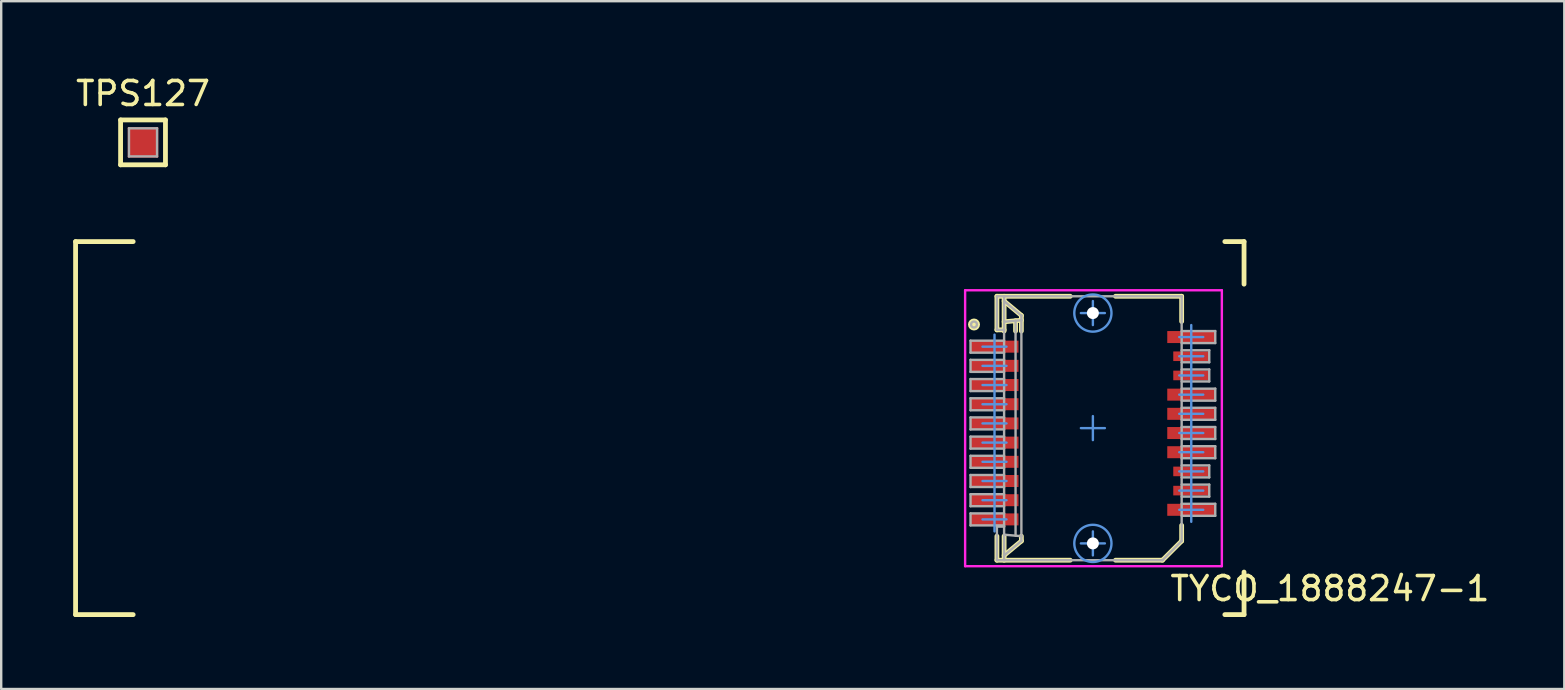
<source format=kicad_pcb>
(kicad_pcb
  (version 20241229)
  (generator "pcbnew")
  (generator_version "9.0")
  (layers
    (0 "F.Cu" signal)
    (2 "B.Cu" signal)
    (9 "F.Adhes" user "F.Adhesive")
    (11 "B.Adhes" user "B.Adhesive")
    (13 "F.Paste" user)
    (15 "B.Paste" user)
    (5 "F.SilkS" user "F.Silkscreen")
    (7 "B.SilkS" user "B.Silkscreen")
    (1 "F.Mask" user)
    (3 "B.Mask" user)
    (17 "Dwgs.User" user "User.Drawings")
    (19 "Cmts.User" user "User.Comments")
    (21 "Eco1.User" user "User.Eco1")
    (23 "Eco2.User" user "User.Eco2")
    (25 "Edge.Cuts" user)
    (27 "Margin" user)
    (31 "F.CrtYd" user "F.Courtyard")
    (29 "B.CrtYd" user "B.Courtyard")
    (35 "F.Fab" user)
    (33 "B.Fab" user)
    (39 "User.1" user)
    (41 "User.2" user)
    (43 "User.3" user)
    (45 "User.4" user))
  (footprint "TPS127"
    (layer "F.Cu")
    (at 2.911 2.884)
    (property "Reference" "TPS127" (at 0 -2.036 0) (layer "F.SilkS") (effects (font (size 1 1) (thickness 0.15))))
    (attr smd)
    (fp_line (start -0.935 -0.935) (end 0.935 -0.935) (stroke (width 0.2) (type solid)) (layer "F.SilkS"))
    (fp_line (start -0.935 0.935) (end -0.935 -0.935) (stroke (width 0.2) (type solid)) (layer "F.SilkS"))
    (fp_line (start -0.935 0.935) (end 0.935 0.935) (stroke (width 0.2) (type solid)) (layer "F.SilkS"))
    (fp_line (start 0.935 0.935) (end 0.935 -0.935) (stroke (width 0.2) (type solid)) (layer "F.SilkS"))
    (fp_line (start -0.585 -0.585) (end 0.585 -0.585) (stroke (width 0.1) (type solid)) (layer "F.Fab"))
    (fp_line (start -0.585 0.585) (end -0.585 -0.585) (stroke (width 0.1) (type solid)) (layer "F.Fab"))
    (fp_line (start -0.585 0.585) (end 0.585 0.585) (stroke (width 0.1) (type solid)) (layer "F.Fab"))
    (fp_line (start 0.585 0.585) (end 0.585 -0.585) (stroke (width 0.1) (type solid)) (layer "F.Fab"))
    (pad "1" smd rect (at 0 0) (size 1.27 1.27) (layers "F.Cu" "F.Mask" "F.Paste")))
  (footprint "TYCO_1888247-1"
    (layer "F.Cu")
    (at 42.5 14.793)
    (property "Reference" "TYCO_1888247-1" (at 9.88 6.69 0) (layer "F.SilkS") (effects (font (size 1 1) (thickness 0.15))))
    (attr smd)
    (fp_line (start -42.4 -7.774) (end -40 -7.774) (stroke (width 0.2) (type solid)) (layer "F.SilkS"))
    (fp_line (start -42.4 7.774) (end -42.4 -7.774) (stroke (width 0.2) (type solid)) (layer "F.SilkS"))
    (fp_line (start -42.4 7.774) (end -40 7.774) (stroke (width 0.2) (type solid)) (layer "F.SilkS"))
    (fp_line (start -4 -5.495) (end -0.944 -5.495) (stroke (width 0.2) (type solid)) (layer "F.SilkS"))
    (fp_line (start -4 -4.095) (end -4 -5.495) (stroke (width 0.2) (type solid)) (layer "F.SilkS"))
    (fp_line (start -4 -4.095) (end -3.7 -4.095) (stroke (width 0.2) (type solid)) (layer "F.SilkS"))
    (fp_line (start -4 5.505) (end -4 4.505) (stroke (width 0.2) (type solid)) (layer "F.SilkS"))
    (fp_line (start -4 5.505) (end -0.944 5.505) (stroke (width 0.2) (type solid)) (layer "F.SilkS"))
    (fp_line (start -3.7 -5.295) (end -2.98 -4.695) (stroke (width 0.2) (type solid)) (layer "F.SilkS"))
    (fp_line (start -3.7 -4.432) (end -2.98 -4.495) (stroke (width 0.2) (type solid)) (layer "F.SilkS"))
    (fp_line (start -3.7 -4.045) (end -3.7 -5.495) (stroke (width 0.2) (type solid)) (layer "F.SilkS"))
    (fp_line (start -3.7 5.305) (end -2.98 4.705) (stroke (width 0.2) (type solid)) (layer "F.SilkS"))
    (fp_line (start -3.7 5.505) (end -3.7 4.505) (stroke (width 0.2) (type solid)) (layer "F.SilkS"))
    (fp_line (start -3.223 -4.045) (end -3.223 -4.474) (stroke (width 0.2) (type solid)) (layer "F.SilkS"))
    (fp_line (start -2.98 -4.045) (end -2.98 -4.695) (stroke (width 0.2) (type solid)) (layer "F.SilkS"))
    (fp_line (start -2.98 4.705) (end -2.98 4.505) (stroke (width 0.2) (type solid)) (layer "F.SilkS"))
    (fp_line (start 0.944 -5.495) (end 3.7 -5.495) (stroke (width 0.2) (type solid)) (layer "F.SilkS"))
    (fp_line (start 0.944 5.505) (end 2.9 5.505) (stroke (width 0.2) (type solid)) (layer "F.SilkS"))
    (fp_line (start 2.9 5.505) (end 3.7 4.705) (stroke (width 0.2) (type solid)) (layer "F.SilkS"))
    (fp_line (start 3.7 -4.445) (end 3.7 -5.495) (stroke (width 0.2) (type solid)) (layer "F.SilkS"))
    (fp_line (start 3.7 4.705) (end 3.7 4.055) (stroke (width 0.2) (type solid)) (layer "F.SilkS"))
    (fp_line (start 5.5 -7.774) (end 6.3 -7.774) (stroke (width 0.2) (type solid)) (layer "F.SilkS"))
    (fp_line (start 5.5 7.774) (end 6.3 7.774) (stroke (width 0.2) (type solid)) (layer "F.SilkS"))
    (fp_line (start 6.3 -6) (end 6.3 -7.774) (stroke (width 0.2) (type solid)) (layer "F.SilkS"))
    (fp_line (start 6.3 7.774) (end 6.3 6) (stroke (width 0.2) (type solid)) (layer "F.SilkS"))
    (fp_circle (center -4.955 -4.318) (end -4.83 -4.318) (stroke (width 0.25) (type solid)) (fill no) (layer "F.SilkS"))
    (fp_line (start -4.6 -3.395) (end -4.1 -3.395) (stroke (width 0.1) (type solid)) (layer "Cmts.User"))
    (fp_line (start -4.6 -2.595) (end -4.1 -2.595) (stroke (width 0.1) (type solid)) (layer "Cmts.User"))
    (fp_line (start -4.6 -1.795) (end -4.1 -1.795) (stroke (width 0.1) (type solid)) (layer "Cmts.User"))
    (fp_line (start -4.6 -0.995) (end -4.1 -0.995) (stroke (width 0.1) (type solid)) (layer "Cmts.User"))
    (fp_line (start -4.6 -0.195) (end -4.1 -0.195) (stroke (width 0.1) (type solid)) (layer "Cmts.User"))
    (fp_line (start -4.6 0.605) (end -4.1 0.605) (stroke (width 0.1) (type solid)) (layer "Cmts.User"))
    (fp_line (start -4.6 1.405) (end -4.1 1.405) (stroke (width 0.1) (type solid)) (layer "Cmts.User"))
    (fp_line (start -4.6 2.205) (end -4.1 2.205) (stroke (width 0.1) (type solid)) (layer "Cmts.User"))
    (fp_line (start -4.6 3.005) (end -4.1 3.005) (stroke (width 0.1) (type solid)) (layer "Cmts.User"))
    (fp_line (start -4.6 3.805) (end -4.1 3.805) (stroke (width 0.1) (type solid)) (layer "Cmts.User"))
    (fp_line (start -4.1 -3.395) (end -3.6 -3.395) (stroke (width 0.1) (type solid)) (layer "Cmts.User"))
    (fp_line (start -4.1 -2.595) (end -3.6 -2.595) (stroke (width 0.1) (type solid)) (layer "Cmts.User"))
    (fp_line (start -4.1 -1.795) (end -3.6 -1.795) (stroke (width 0.1) (type solid)) (layer "Cmts.User"))
    (fp_line (start -4.1 -0.995) (end -3.6 -0.995) (stroke (width 0.1) (type solid)) (layer "Cmts.User"))
    (fp_line (start -4.1 -0.195) (end -3.6 -0.195) (stroke (width 0.1) (type solid)) (layer "Cmts.User"))
    (fp_line (start -4.1 0.605) (end -3.6 0.605) (stroke (width 0.1) (type solid)) (layer "Cmts.User"))
    (fp_line (start -4.1 1.405) (end -3.6 1.405) (stroke (width 0.1) (type solid)) (layer "Cmts.User"))
    (fp_line (start -4.1 2.205) (end -3.6 2.205) (stroke (width 0.1) (type solid)) (layer "Cmts.User"))
    (fp_line (start -4.1 3.005) (end -3.6 3.005) (stroke (width 0.1) (type solid)) (layer "Cmts.User"))
    (fp_line (start -4.1 3.805) (end -3.6 3.805) (stroke (width 0.1) (type solid)) (layer "Cmts.User"))
    (fp_line (start -4.1 4.305) (end -4.1 -3.895) (stroke (width 0.1) (type solid)) (layer "Cmts.User"))
    (fp_line (start -0.5 -4.795) (end 0 -4.795) (stroke (width 0.1) (type solid)) (layer "Cmts.User"))
    (fp_line (start -0.5 0) (end 0 0) (stroke (width 0.1) (type solid)) (layer "Cmts.User"))
    (fp_line (start -0.5 4.805) (end 0 4.805) (stroke (width 0.1) (type solid)) (layer "Cmts.User"))
    (fp_line (start 0 -4.795) (end 0 -5.295) (stroke (width 0.1) (type solid)) (layer "Cmts.User"))
    (fp_line (start 0 -4.795) (end 0.5 -4.795) (stroke (width 0.1) (type solid)) (layer "Cmts.User"))
    (fp_line (start 0 -4.295) (end 0 -4.795) (stroke (width 0.1) (type solid)) (layer "Cmts.User"))
    (fp_line (start 0 0) (end 0 -0.5) (stroke (width 0.1) (type solid)) (layer "Cmts.User"))
    (fp_line (start 0 0) (end 0.5 0) (stroke (width 0.1) (type solid)) (layer "Cmts.User"))
    (fp_line (start 0 0.5) (end 0 0) (stroke (width 0.1) (type solid)) (layer "Cmts.User"))
    (fp_line (start 0 4.805) (end 0 4.305) (stroke (width 0.1) (type solid)) (layer "Cmts.User"))
    (fp_line (start 0 4.805) (end 0.5 4.805) (stroke (width 0.1) (type solid)) (layer "Cmts.User"))
    (fp_line (start 0 5.305) (end 0 4.805) (stroke (width 0.1) (type solid)) (layer "Cmts.User"))
    (fp_line (start 3.6 -3.795) (end 4.1 -3.795) (stroke (width 0.1) (type solid)) (layer "Cmts.User"))
    (fp_line (start 3.6 -2.995) (end 4.1 -2.995) (stroke (width 0.1) (type solid)) (layer "Cmts.User"))
    (fp_line (start 3.6 -2.195) (end 4.1 -2.195) (stroke (width 0.1) (type solid)) (layer "Cmts.User"))
    (fp_line (start 3.6 -1.395) (end 4.1 -1.395) (stroke (width 0.1) (type solid)) (layer "Cmts.User"))
    (fp_line (start 3.6 -0.595) (end 4.1 -0.595) (stroke (width 0.1) (type solid)) (layer "Cmts.User"))
    (fp_line (start 3.6 0.205) (end 4.1 0.205) (stroke (width 0.1) (type solid)) (layer "Cmts.User"))
    (fp_line (start 3.6 1.005) (end 4.1 1.005) (stroke (width 0.1) (type solid)) (layer "Cmts.User"))
    (fp_line (start 3.6 1.805) (end 4.1 1.805) (stroke (width 0.1) (type solid)) (layer "Cmts.User"))
    (fp_line (start 3.6 2.605) (end 4.1 2.605) (stroke (width 0.1) (type solid)) (layer "Cmts.User"))
    (fp_line (start 3.6 3.405) (end 4.1 3.405) (stroke (width 0.1) (type solid)) (layer "Cmts.User"))
    (fp_line (start 4.1 -3.795) (end 4.6 -3.795) (stroke (width 0.1) (type solid)) (layer "Cmts.User"))
    (fp_line (start 4.1 -2.995) (end 4.6 -2.995) (stroke (width 0.1) (type solid)) (layer "Cmts.User"))
    (fp_line (start 4.1 -2.195) (end 4.6 -2.195) (stroke (width 0.1) (type solid)) (layer "Cmts.User"))
    (fp_line (start 4.1 -1.395) (end 4.6 -1.395) (stroke (width 0.1) (type solid)) (layer "Cmts.User"))
    (fp_line (start 4.1 -0.595) (end 4.6 -0.595) (stroke (width 0.1) (type solid)) (layer "Cmts.User"))
    (fp_line (start 4.1 0.205) (end 4.6 0.205) (stroke (width 0.1) (type solid)) (layer "Cmts.User"))
    (fp_line (start 4.1 1.005) (end 4.6 1.005) (stroke (width 0.1) (type solid)) (layer "Cmts.User"))
    (fp_line (start 4.1 1.805) (end 4.6 1.805) (stroke (width 0.1) (type solid)) (layer "Cmts.User"))
    (fp_line (start 4.1 2.605) (end 4.6 2.605) (stroke (width 0.1) (type solid)) (layer "Cmts.User"))
    (fp_line (start 4.1 3.405) (end 4.6 3.405) (stroke (width 0.1) (type solid)) (layer "Cmts.User"))
    (fp_line (start 4.1 3.905) (end 4.1 -4.295) (stroke (width 0.1) (type solid)) (layer "Cmts.User"))
    (fp_circle (center 0 -4.795) (end 0.775 -4.795) (stroke (width 0.1) (type solid)) (fill no) (layer "Cmts.User"))
    (fp_circle (center 0 4.805) (end 0.775 4.805) (stroke (width 0.1) (type solid)) (fill no) (layer "Cmts.User"))
    (fp_line (start -5.325 -5.745) (end 5.375 -5.745) (stroke (width 0.1) (type solid)) (layer "F.CrtYd"))
    (fp_line (start -5.325 5.755) (end -5.325 -5.745) (stroke (width 0.1) (type solid)) (layer "F.CrtYd"))
    (fp_line (start -5.325 5.755) (end 5.375 5.755) (stroke (width 0.1) (type solid)) (layer "F.CrtYd"))
    (fp_line (start 5.375 5.755) (end 5.375 -5.745) (stroke (width 0.1) (type solid)) (layer "F.CrtYd"))
    (fp_line (start -5.1 -3.645) (end -3.7 -3.645) (stroke (width 0.1) (type solid)) (layer "F.Fab"))
    (fp_line (start -5.1 -3.145) (end -5.1 -3.645) (stroke (width 0.1) (type solid)) (layer "F.Fab"))
    (fp_line (start -5.1 -3.145) (end -3.7 -3.145) (stroke (width 0.1) (type solid)) (layer "F.Fab"))
    (fp_line (start -5.1 -2.845) (end -3.7 -2.845) (stroke (width 0.1) (type solid)) (layer "F.Fab"))
    (fp_line (start -5.1 -2.345) (end -5.1 -2.845) (stroke (width 0.1) (type solid)) (layer "F.Fab"))
    (fp_line (start -5.1 -2.345) (end -3.7 -2.345) (stroke (width 0.1) (type solid)) (layer "F.Fab"))
    (fp_line (start -5.1 -2.045) (end -3.7 -2.045) (stroke (width 0.1) (type solid)) (layer "F.Fab"))
    (fp_line (start -5.1 -1.545) (end -5.1 -2.045) (stroke (width 0.1) (type solid)) (layer "F.Fab"))
    (fp_line (start -5.1 -1.545) (end -3.7 -1.545) (stroke (width 0.1) (type solid)) (layer "F.Fab"))
    (fp_line (start -5.1 -1.245) (end -3.7 -1.245) (stroke (width 0.1) (type solid)) (layer "F.Fab"))
    (fp_line (start -5.1 -0.745) (end -5.1 -1.245) (stroke (width 0.1) (type solid)) (layer "F.Fab"))
    (fp_line (start -5.1 -0.745) (end -3.7 -0.745) (stroke (width 0.1) (type solid)) (layer "F.Fab"))
    (fp_line (start -5.1 -0.445) (end -3.7 -0.445) (stroke (width 0.1) (type solid)) (layer "F.Fab"))
    (fp_line (start -5.1 0.055) (end -5.1 -0.445) (stroke (width 0.1) (type solid)) (layer "F.Fab"))
    (fp_line (start -5.1 0.055) (end -3.7 0.055) (stroke (width 0.1) (type solid)) (layer "F.Fab"))
    (fp_line (start -5.1 0.355) (end -3.7 0.355) (stroke (width 0.1) (type solid)) (layer "F.Fab"))
    (fp_line (start -5.1 0.855) (end -5.1 0.355) (stroke (width 0.1) (type solid)) (layer "F.Fab"))
    (fp_line (start -5.1 0.855) (end -3.7 0.855) (stroke (width 0.1) (type solid)) (layer "F.Fab"))
    (fp_line (start -5.1 1.155) (end -3.7 1.155) (stroke (width 0.1) (type solid)) (layer "F.Fab"))
    (fp_line (start -5.1 1.655) (end -5.1 1.155) (stroke (width 0.1) (type solid)) (layer "F.Fab"))
    (fp_line (start -5.1 1.655) (end -3.7 1.655) (stroke (width 0.1) (type solid)) (layer "F.Fab"))
    (fp_line (start -5.1 1.955) (end -3.7 1.955) (stroke (width 0.1) (type solid)) (layer "F.Fab"))
    (fp_line (start -5.1 2.455) (end -5.1 1.955) (stroke (width 0.1) (type solid)) (layer "F.Fab"))
    (fp_line (start -5.1 2.455) (end -3.7 2.455) (stroke (width 0.1) (type solid)) (layer "F.Fab"))
    (fp_line (start -5.1 2.755) (end -3.7 2.755) (stroke (width 0.1) (type solid)) (layer "F.Fab"))
    (fp_line (start -5.1 3.255) (end -5.1 2.755) (stroke (width 0.1) (type solid)) (layer "F.Fab"))
    (fp_line (start -5.1 3.255) (end -3.7 3.255) (stroke (width 0.1) (type solid)) (layer "F.Fab"))
    (fp_line (start -5.1 3.555) (end -3.7 3.555) (stroke (width 0.1) (type solid)) (layer "F.Fab"))
    (fp_line (start -5.1 4.055) (end -5.1 3.555) (stroke (width 0.1) (type solid)) (layer "F.Fab"))
    (fp_line (start -5.1 4.055) (end -3.7 4.055) (stroke (width 0.1) (type solid)) (layer "F.Fab"))
    (fp_line (start -4 -5.495) (end 3.7 -5.495) (stroke (width 0.1) (type solid)) (layer "F.Fab"))
    (fp_line (start -4 -4.095) (end -4 -5.495) (stroke (width 0.1) (type solid)) (layer "F.Fab"))
    (fp_line (start -4 -4.095) (end -3.7 -4.095) (stroke (width 0.1) (type solid)) (layer "F.Fab"))
    (fp_line (start -4 4.105) (end -3.7 4.105) (stroke (width 0.1) (type solid)) (layer "F.Fab"))
    (fp_line (start -4 5.505) (end -4 4.105) (stroke (width 0.1) (type solid)) (layer "F.Fab"))
    (fp_line (start -4 5.505) (end 2.9 5.505) (stroke (width 0.1) (type solid)) (layer "F.Fab"))
    (fp_line (start -3.7 -5.295) (end -2.985 -4.695) (stroke (width 0.1) (type solid)) (layer "F.Fab"))
    (fp_line (start -3.7 -4.432) (end -2.98 -4.495) (stroke (width 0.1) (type solid)) (layer "F.Fab"))
    (fp_line (start -3.7 -4.095) (end -3.7 -5.495) (stroke (width 0.1) (type solid)) (layer "F.Fab"))
    (fp_line (start -3.7 4.105) (end -3.7 -4.095) (stroke (width 0.1) (type solid)) (layer "F.Fab"))
    (fp_line (start -3.7 4.442) (end -2.98 4.505) (stroke (width 0.1) (type solid)) (layer "F.Fab"))
    (fp_line (start -3.7 5.305) (end -2.98 4.705) (stroke (width 0.1) (type solid)) (layer "F.Fab"))
    (fp_line (start -3.7 5.505) (end -3.7 4.105) (stroke (width 0.1) (type solid)) (layer "F.Fab"))
    (fp_line (start -3.223 4.484) (end -3.223 -4.474) (stroke (width 0.1) (type solid)) (layer "F.Fab"))
    (fp_line (start -2.985 -4.695) (end -2.98 -4.695) (stroke (width 0.1) (type solid)) (layer "F.Fab"))
    (fp_line (start -2.98 -4.495) (end -2.98 -4.695) (stroke (width 0.1) (type solid)) (layer "F.Fab"))
    (fp_line (start -2.98 4.505) (end -2.98 -4.495) (stroke (width 0.1) (type solid)) (layer "F.Fab"))
    (fp_line (start -2.98 4.705) (end -2.98 4.505) (stroke (width 0.1) (type solid)) (layer "F.Fab"))
    (fp_line (start 2.9 5.505) (end 3.7 4.705) (stroke (width 0.1) (type solid)) (layer "F.Fab"))
    (fp_line (start 3.7 -4.045) (end 5.1 -4.045) (stroke (width 0.1) (type solid)) (layer "F.Fab"))
    (fp_line (start 3.7 -3.545) (end 5.1 -3.545) (stroke (width 0.1) (type solid)) (layer "F.Fab"))
    (fp_line (start 3.7 -3.245) (end 4.85 -3.245) (stroke (width 0.1) (type solid)) (layer "F.Fab"))
    (fp_line (start 3.7 -2.745) (end 4.85 -2.745) (stroke (width 0.1) (type solid)) (layer "F.Fab"))
    (fp_line (start 3.7 -2.445) (end 4.85 -2.445) (stroke (width 0.1) (type solid)) (layer "F.Fab"))
    (fp_line (start 3.7 -1.945) (end 4.85 -1.945) (stroke (width 0.1) (type solid)) (layer "F.Fab"))
    (fp_line (start 3.7 -1.645) (end 5.1 -1.645) (stroke (width 0.1) (type solid)) (layer "F.Fab"))
    (fp_line (start 3.7 -1.145) (end 5.1 -1.145) (stroke (width 0.1) (type solid)) (layer "F.Fab"))
    (fp_line (start 3.7 -0.845) (end 5.1 -0.845) (stroke (width 0.1) (type solid)) (layer "F.Fab"))
    (fp_line (start 3.7 -0.345) (end 5.1 -0.345) (stroke (width 0.1) (type solid)) (layer "F.Fab"))
    (fp_line (start 3.7 -0.045) (end 5.1 -0.045) (stroke (width 0.1) (type solid)) (layer "F.Fab"))
    (fp_line (start 3.7 0.455) (end 5.1 0.455) (stroke (width 0.1) (type solid)) (layer "F.Fab"))
    (fp_line (start 3.7 0.755) (end 5.1 0.755) (stroke (width 0.1) (type solid)) (layer "F.Fab"))
    (fp_line (start 3.7 1.255) (end 5.1 1.255) (stroke (width 0.1) (type solid)) (layer "F.Fab"))
    (fp_line (start 3.7 1.555) (end 4.85 1.555) (stroke (width 0.1) (type solid)) (layer "F.Fab"))
    (fp_line (start 3.7 2.055) (end 4.85 2.055) (stroke (width 0.1) (type solid)) (layer "F.Fab"))
    (fp_line (start 3.7 2.355) (end 4.85 2.355) (stroke (width 0.1) (type solid)) (layer "F.Fab"))
    (fp_line (start 3.7 2.855) (end 4.85 2.855) (stroke (width 0.1) (type solid)) (layer "F.Fab"))
    (fp_line (start 3.7 3.155) (end 5.1 3.155) (stroke (width 0.1) (type solid)) (layer "F.Fab"))
    (fp_line (start 3.7 3.655) (end 5.1 3.655) (stroke (width 0.1) (type solid)) (layer "F.Fab"))
    (fp_line (start 3.7 4.705) (end 3.7 -5.495) (stroke (width 0.1) (type solid)) (layer "F.Fab"))
    (fp_line (start 4.85 -2.745) (end 4.85 -3.245) (stroke (width 0.1) (type solid)) (layer "F.Fab"))
    (fp_line (start 4.85 -1.945) (end 4.85 -2.445) (stroke (width 0.1) (type solid)) (layer "F.Fab"))
    (fp_line (start 4.85 2.055) (end 4.85 1.555) (stroke (width 0.1) (type solid)) (layer "F.Fab"))
    (fp_line (start 4.85 2.855) (end 4.85 2.355) (stroke (width 0.1) (type solid)) (layer "F.Fab"))
    (fp_line (start 5.1 -3.545) (end 5.1 -4.045) (stroke (width 0.1) (type solid)) (layer "F.Fab"))
    (fp_line (start 5.1 -1.145) (end 5.1 -1.645) (stroke (width 0.1) (type solid)) (layer "F.Fab"))
    (fp_line (start 5.1 -0.345) (end 5.1 -0.845) (stroke (width 0.1) (type solid)) (layer "F.Fab"))
    (fp_line (start 5.1 0.455) (end 5.1 -0.045) (stroke (width 0.1) (type solid)) (layer "F.Fab"))
    (fp_line (start 5.1 1.255) (end 5.1 0.755) (stroke (width 0.1) (type solid)) (layer "F.Fab"))
    (fp_line (start 5.1 3.655) (end 5.1 3.155) (stroke (width 0.1) (type solid)) (layer "F.Fab"))
    (fp_circle (center -4.955 -4.318) (end -4.83 -4.318) (stroke (width 0.1) (type solid)) (fill no) (layer "F.Fab"))
    (pad "" np_thru_hole circle (at 0 -4.795) (size 0.5 0.5) (drill 1.55) (layers "*.Cu" "*.Mask"))
    (pad "" np_thru_hole circle (at 0 4.805) (size 0.5 0.5) (drill 1.55) (layers "*.Cu" "*.Mask"))
    (pad "1" smd rect (at -4.1 -3.395 180) (size 2 0.5) (layers "F.Cu" "F.Mask" "F.Paste"))
    (pad "2" smd rect (at -4.1 -2.595 180) (size 2 0.5) (layers "F.Cu" "F.Mask" "F.Paste"))
    (pad "3" smd rect (at -4.1 -1.795 180) (size 2 0.5) (layers "F.Cu" "F.Mask" "F.Paste"))
    (pad "4" smd rect (at -4.1 -0.995 180) (size 2 0.5) (layers "F.Cu" "F.Mask" "F.Paste"))
    (pad "5" smd rect (at -4.1 -0.195 180) (size 2 0.5) (layers "F.Cu" "F.Mask" "F.Paste"))
    (pad "6" smd rect (at -4.1 0.605 180) (size 2 0.5) (layers "F.Cu" "F.Mask" "F.Paste"))
    (pad "7" smd rect (at -4.1 1.405 180) (size 2 0.5) (layers "F.Cu" "F.Mask" "F.Paste"))
    (pad "8" smd rect (at -4.1 2.205 180) (size 2 0.5) (layers "F.Cu" "F.Mask" "F.Paste"))
    (pad "9" smd rect (at -4.1 3.005 180) (size 2 0.5) (layers "F.Cu" "F.Mask" "F.Paste"))
    (pad "10" smd rect (at -4.1 3.805 180) (size 2 0.5) (layers "F.Cu" "F.Mask" "F.Paste"))
    (pad "11" smd rect (at 4.1 3.405) (size 2 0.5) (layers "F.Cu" "F.Mask" "F.Paste"))
    (pad "12" smd rect (at 4.1 2.605) (size 1.5 0.4) (layers "F.Cu" "F.Mask" "F.Paste"))
    (pad "13" smd rect (at 4.1 1.805) (size 1.5 0.4) (layers "F.Cu" "F.Mask" "F.Paste"))
    (pad "14" smd rect (at 4.1 1.005) (size 2 0.5) (layers "F.Cu" "F.Mask" "F.Paste"))
    (pad "15" smd rect (at 4.1 0.205) (size 2 0.5) (layers "F.Cu" "F.Mask" "F.Paste"))
    (pad "16" smd rect (at 4.1 -0.595) (size 2 0.5) (layers "F.Cu" "F.Mask" "F.Paste"))
    (pad "17" smd rect (at 4.1 -1.395) (size 2 0.5) (layers "F.Cu" "F.Mask" "F.Paste"))
    (pad "18" smd rect (at 4.1 -2.195) (size 1.5 0.4) (layers "F.Cu" "F.Mask" "F.Paste"))
    (pad "19" smd rect (at 4.1 -2.995) (size 1.5 0.4) (layers "F.Cu" "F.Mask" "F.Paste"))
    (pad "20" smd rect (at 4.1 -3.795) (size 2 0.5) (layers "F.Cu" "F.Mask" "F.Paste")))
  (gr_rect
    (start -3 -3)
    (end 62.148 25.667)
    (stroke (width 0.1) (type default))
    (fill no)
    (layer "Edge.Cuts")))
</source>
